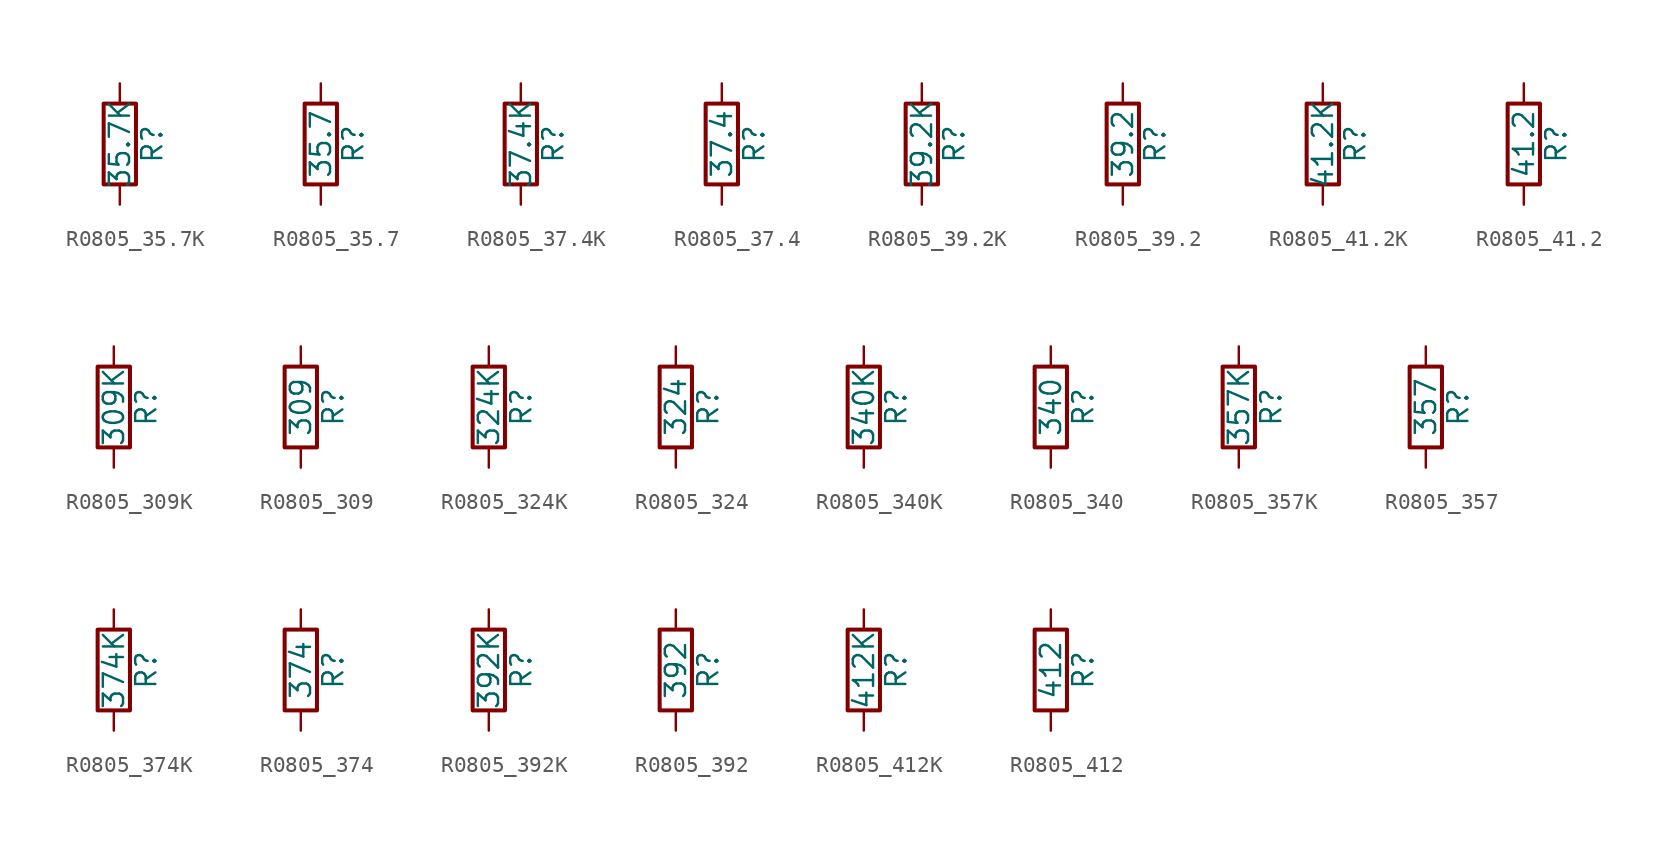
<source format=kicad_sym>
(kicad_symbol_lib
  (version 20211014)
  (generator atlantix-eda)
  (symbol "R0805_35.7K"
    (pin_numbers hide)
    (pin_names
      (offset 0))
    (property "Reference" "R"
      (at 2.032 0 90)
      (effects (font (size 1.27 1.27))))
    (property "Value" "35.7K"
      (at 0 0 90)
      (effects (font (size 1.27 1.27))))
    (symbol "R0805_35.7K_0_1"
      (rectangle (start -1.016 -2.54) (end 1.016 2.54) (stroke (width 0.254) (type default) (color 0 0 0 0)) (fill (type none))))
    (symbol "R0805_35.7K_1_1"
      (pin passive line (at 0 3.81 270) (length 1.27) (name "~" (effects (font (size 1.27 1.27)))) (number "1" (effects (font (size 1.27 1.27)))))
      (pin passive line (at 0 -3.81 90) (length 1.27) (name "~" (effects (font (size 1.27 1.27)))) (number "2" (effects (font (size 1.27 1.27)))))))
  (symbol "R0805_35.7"
    (pin_numbers hide)
    (pin_names
      (offset 0))
    (property "Reference" "R"
      (at 2.032 0 90)
      (effects (font (size 1.27 1.27))))
    (property "Value" "35.7"
      (at 0 0 90)
      (effects (font (size 1.27 1.27))))
    (symbol "R0805_35.7_0_1"
      (rectangle (start -1.016 -2.54) (end 1.016 2.54) (stroke (width 0.254) (type default) (color 0 0 0 0)) (fill (type none))))
    (symbol "R0805_35.7_1_1"
      (pin passive line (at 0 3.81 270) (length 1.27) (name "~" (effects (font (size 1.27 1.27)))) (number "1" (effects (font (size 1.27 1.27)))))
      (pin passive line (at 0 -3.81 90) (length 1.27) (name "~" (effects (font (size 1.27 1.27)))) (number "2" (effects (font (size 1.27 1.27)))))))
  (symbol "R0805_37.4K"
    (pin_numbers hide)
    (pin_names
      (offset 0))
    (property "Reference" "R"
      (at 2.032 0 90)
      (effects (font (size 1.27 1.27))))
    (property "Value" "37.4K"
      (at 0 0 90)
      (effects (font (size 1.27 1.27))))
    (symbol "R0805_37.4K_0_1"
      (rectangle (start -1.016 -2.54) (end 1.016 2.54) (stroke (width 0.254) (type default) (color 0 0 0 0)) (fill (type none))))
    (symbol "R0805_37.4K_1_1"
      (pin passive line (at 0 3.81 270) (length 1.27) (name "~" (effects (font (size 1.27 1.27)))) (number "1" (effects (font (size 1.27 1.27)))))
      (pin passive line (at 0 -3.81 90) (length 1.27) (name "~" (effects (font (size 1.27 1.27)))) (number "2" (effects (font (size 1.27 1.27)))))))
  (symbol "R0805_37.4"
    (pin_numbers hide)
    (pin_names
      (offset 0))
    (property "Reference" "R"
      (at 2.032 0 90)
      (effects (font (size 1.27 1.27))))
    (property "Value" "37.4"
      (at 0 0 90)
      (effects (font (size 1.27 1.27))))
    (symbol "R0805_37.4_0_1"
      (rectangle (start -1.016 -2.54) (end 1.016 2.54) (stroke (width 0.254) (type default) (color 0 0 0 0)) (fill (type none))))
    (symbol "R0805_37.4_1_1"
      (pin passive line (at 0 3.81 270) (length 1.27) (name "~" (effects (font (size 1.27 1.27)))) (number "1" (effects (font (size 1.27 1.27)))))
      (pin passive line (at 0 -3.81 90) (length 1.27) (name "~" (effects (font (size 1.27 1.27)))) (number "2" (effects (font (size 1.27 1.27)))))))
  (symbol "R0805_39.2K"
    (pin_numbers hide)
    (pin_names
      (offset 0))
    (property "Reference" "R"
      (at 2.032 0 90)
      (effects (font (size 1.27 1.27))))
    (property "Value" "39.2K"
      (at 0 0 90)
      (effects (font (size 1.27 1.27))))
    (symbol "R0805_39.2K_0_1"
      (rectangle (start -1.016 -2.54) (end 1.016 2.54) (stroke (width 0.254) (type default) (color 0 0 0 0)) (fill (type none))))
    (symbol "R0805_39.2K_1_1"
      (pin passive line (at 0 3.81 270) (length 1.27) (name "~" (effects (font (size 1.27 1.27)))) (number "1" (effects (font (size 1.27 1.27)))))
      (pin passive line (at 0 -3.81 90) (length 1.27) (name "~" (effects (font (size 1.27 1.27)))) (number "2" (effects (font (size 1.27 1.27)))))))
  (symbol "R0805_39.2"
    (pin_numbers hide)
    (pin_names
      (offset 0))
    (property "Reference" "R"
      (at 2.032 0 90)
      (effects (font (size 1.27 1.27))))
    (property "Value" "39.2"
      (at 0 0 90)
      (effects (font (size 1.27 1.27))))
    (symbol "R0805_39.2_0_1"
      (rectangle (start -1.016 -2.54) (end 1.016 2.54) (stroke (width 0.254) (type default) (color 0 0 0 0)) (fill (type none))))
    (symbol "R0805_39.2_1_1"
      (pin passive line (at 0 3.81 270) (length 1.27) (name "~" (effects (font (size 1.27 1.27)))) (number "1" (effects (font (size 1.27 1.27)))))
      (pin passive line (at 0 -3.81 90) (length 1.27) (name "~" (effects (font (size 1.27 1.27)))) (number "2" (effects (font (size 1.27 1.27)))))))
  (symbol "R0805_41.2K"
    (pin_numbers hide)
    (pin_names
      (offset 0))
    (property "Reference" "R"
      (at 2.032 0 90)
      (effects (font (size 1.27 1.27))))
    (property "Value" "41.2K"
      (at 0 0 90)
      (effects (font (size 1.27 1.27))))
    (symbol "R0805_41.2K_0_1"
      (rectangle (start -1.016 -2.54) (end 1.016 2.54) (stroke (width 0.254) (type default) (color 0 0 0 0)) (fill (type none))))
    (symbol "R0805_41.2K_1_1"
      (pin passive line (at 0 3.81 270) (length 1.27) (name "~" (effects (font (size 1.27 1.27)))) (number "1" (effects (font (size 1.27 1.27)))))
      (pin passive line (at 0 -3.81 90) (length 1.27) (name "~" (effects (font (size 1.27 1.27)))) (number "2" (effects (font (size 1.27 1.27)))))))
  (symbol "R0805_41.2"
    (pin_numbers hide)
    (pin_names
      (offset 0))
    (property "Reference" "R"
      (at 2.032 0 90)
      (effects (font (size 1.27 1.27))))
    (property "Value" "41.2"
      (at 0 0 90)
      (effects (font (size 1.27 1.27))))
    (symbol "R0805_41.2_0_1"
      (rectangle (start -1.016 -2.54) (end 1.016 2.54) (stroke (width 0.254) (type default) (color 0 0 0 0)) (fill (type none))))
    (symbol "R0805_41.2_1_1"
      (pin passive line (at 0 3.81 270) (length 1.27) (name "~" (effects (font (size 1.27 1.27)))) (number "1" (effects (font (size 1.27 1.27)))))
      (pin passive line (at 0 -3.81 90) (length 1.27) (name "~" (effects (font (size 1.27 1.27)))) (number "2" (effects (font (size 1.27 1.27)))))))
  (symbol "R0805_309K"
    (pin_numbers hide)
    (pin_names
      (offset 0))
    (property "Reference" "R"
      (at 2.032 0 90)
      (effects (font (size 1.27 1.27))))
    (property "Value" "309K"
      (at 0 0 90)
      (effects (font (size 1.27 1.27))))
    (symbol "R0805_309K_0_1"
      (rectangle (start -1.016 -2.54) (end 1.016 2.54) (stroke (width 0.254) (type default) (color 0 0 0 0)) (fill (type none))))
    (symbol "R0805_309K_1_1"
      (pin passive line (at 0 3.81 270) (length 1.27) (name "~" (effects (font (size 1.27 1.27)))) (number "1" (effects (font (size 1.27 1.27)))))
      (pin passive line (at 0 -3.81 90) (length 1.27) (name "~" (effects (font (size 1.27 1.27)))) (number "2" (effects (font (size 1.27 1.27)))))))
  (symbol "R0805_309"
    (pin_numbers hide)
    (pin_names
      (offset 0))
    (property "Reference" "R"
      (at 2.032 0 90)
      (effects (font (size 1.27 1.27))))
    (property "Value" "309"
      (at 0 0 90)
      (effects (font (size 1.27 1.27))))
    (symbol "R0805_309_0_1"
      (rectangle (start -1.016 -2.54) (end 1.016 2.54) (stroke (width 0.254) (type default) (color 0 0 0 0)) (fill (type none))))
    (symbol "R0805_309_1_1"
      (pin passive line (at 0 3.81 270) (length 1.27) (name "~" (effects (font (size 1.27 1.27)))) (number "1" (effects (font (size 1.27 1.27)))))
      (pin passive line (at 0 -3.81 90) (length 1.27) (name "~" (effects (font (size 1.27 1.27)))) (number "2" (effects (font (size 1.27 1.27)))))))
  (symbol "R0805_324K"
    (pin_numbers hide)
    (pin_names
      (offset 0))
    (property "Reference" "R"
      (at 2.032 0 90)
      (effects (font (size 1.27 1.27))))
    (property "Value" "324K"
      (at 0 0 90)
      (effects (font (size 1.27 1.27))))
    (symbol "R0805_324K_0_1"
      (rectangle (start -1.016 -2.54) (end 1.016 2.54) (stroke (width 0.254) (type default) (color 0 0 0 0)) (fill (type none))))
    (symbol "R0805_324K_1_1"
      (pin passive line (at 0 3.81 270) (length 1.27) (name "~" (effects (font (size 1.27 1.27)))) (number "1" (effects (font (size 1.27 1.27)))))
      (pin passive line (at 0 -3.81 90) (length 1.27) (name "~" (effects (font (size 1.27 1.27)))) (number "2" (effects (font (size 1.27 1.27)))))))
  (symbol "R0805_324"
    (pin_numbers hide)
    (pin_names
      (offset 0))
    (property "Reference" "R"
      (at 2.032 0 90)
      (effects (font (size 1.27 1.27))))
    (property "Value" "324"
      (at 0 0 90)
      (effects (font (size 1.27 1.27))))
    (symbol "R0805_324_0_1"
      (rectangle (start -1.016 -2.54) (end 1.016 2.54) (stroke (width 0.254) (type default) (color 0 0 0 0)) (fill (type none))))
    (symbol "R0805_324_1_1"
      (pin passive line (at 0 3.81 270) (length 1.27) (name "~" (effects (font (size 1.27 1.27)))) (number "1" (effects (font (size 1.27 1.27)))))
      (pin passive line (at 0 -3.81 90) (length 1.27) (name "~" (effects (font (size 1.27 1.27)))) (number "2" (effects (font (size 1.27 1.27)))))))
  (symbol "R0805_340K"
    (pin_numbers hide)
    (pin_names
      (offset 0))
    (property "Reference" "R"
      (at 2.032 0 90)
      (effects (font (size 1.27 1.27))))
    (property "Value" "340K"
      (at 0 0 90)
      (effects (font (size 1.27 1.27))))
    (symbol "R0805_340K_0_1"
      (rectangle (start -1.016 -2.54) (end 1.016 2.54) (stroke (width 0.254) (type default) (color 0 0 0 0)) (fill (type none))))
    (symbol "R0805_340K_1_1"
      (pin passive line (at 0 3.81 270) (length 1.27) (name "~" (effects (font (size 1.27 1.27)))) (number "1" (effects (font (size 1.27 1.27)))))
      (pin passive line (at 0 -3.81 90) (length 1.27) (name "~" (effects (font (size 1.27 1.27)))) (number "2" (effects (font (size 1.27 1.27)))))))
  (symbol "R0805_340"
    (pin_numbers hide)
    (pin_names
      (offset 0))
    (property "Reference" "R"
      (at 2.032 0 90)
      (effects (font (size 1.27 1.27))))
    (property "Value" "340"
      (at 0 0 90)
      (effects (font (size 1.27 1.27))))
    (symbol "R0805_340_0_1"
      (rectangle (start -1.016 -2.54) (end 1.016 2.54) (stroke (width 0.254) (type default) (color 0 0 0 0)) (fill (type none))))
    (symbol "R0805_340_1_1"
      (pin passive line (at 0 3.81 270) (length 1.27) (name "~" (effects (font (size 1.27 1.27)))) (number "1" (effects (font (size 1.27 1.27)))))
      (pin passive line (at 0 -3.81 90) (length 1.27) (name "~" (effects (font (size 1.27 1.27)))) (number "2" (effects (font (size 1.27 1.27)))))))
  (symbol "R0805_357K"
    (pin_numbers hide)
    (pin_names
      (offset 0))
    (property "Reference" "R"
      (at 2.032 0 90)
      (effects (font (size 1.27 1.27))))
    (property "Value" "357K"
      (at 0 0 90)
      (effects (font (size 1.27 1.27))))
    (symbol "R0805_357K_0_1"
      (rectangle (start -1.016 -2.54) (end 1.016 2.54) (stroke (width 0.254) (type default) (color 0 0 0 0)) (fill (type none))))
    (symbol "R0805_357K_1_1"
      (pin passive line (at 0 3.81 270) (length 1.27) (name "~" (effects (font (size 1.27 1.27)))) (number "1" (effects (font (size 1.27 1.27)))))
      (pin passive line (at 0 -3.81 90) (length 1.27) (name "~" (effects (font (size 1.27 1.27)))) (number "2" (effects (font (size 1.27 1.27)))))))
  (symbol "R0805_357"
    (pin_numbers hide)
    (pin_names
      (offset 0))
    (property "Reference" "R"
      (at 2.032 0 90)
      (effects (font (size 1.27 1.27))))
    (property "Value" "357"
      (at 0 0 90)
      (effects (font (size 1.27 1.27))))
    (symbol "R0805_357_0_1"
      (rectangle (start -1.016 -2.54) (end 1.016 2.54) (stroke (width 0.254) (type default) (color 0 0 0 0)) (fill (type none))))
    (symbol "R0805_357_1_1"
      (pin passive line (at 0 3.81 270) (length 1.27) (name "~" (effects (font (size 1.27 1.27)))) (number "1" (effects (font (size 1.27 1.27)))))
      (pin passive line (at 0 -3.81 90) (length 1.27) (name "~" (effects (font (size 1.27 1.27)))) (number "2" (effects (font (size 1.27 1.27)))))))
  (symbol "R0805_374K"
    (pin_numbers hide)
    (pin_names
      (offset 0))
    (property "Reference" "R"
      (at 2.032 0 90)
      (effects (font (size 1.27 1.27))))
    (property "Value" "374K"
      (at 0 0 90)
      (effects (font (size 1.27 1.27))))
    (symbol "R0805_374K_0_1"
      (rectangle (start -1.016 -2.54) (end 1.016 2.54) (stroke (width 0.254) (type default) (color 0 0 0 0)) (fill (type none))))
    (symbol "R0805_374K_1_1"
      (pin passive line (at 0 3.81 270) (length 1.27) (name "~" (effects (font (size 1.27 1.27)))) (number "1" (effects (font (size 1.27 1.27)))))
      (pin passive line (at 0 -3.81 90) (length 1.27) (name "~" (effects (font (size 1.27 1.27)))) (number "2" (effects (font (size 1.27 1.27)))))))
  (symbol "R0805_374"
    (pin_numbers hide)
    (pin_names
      (offset 0))
    (property "Reference" "R"
      (at 2.032 0 90)
      (effects (font (size 1.27 1.27))))
    (property "Value" "374"
      (at 0 0 90)
      (effects (font (size 1.27 1.27))))
    (symbol "R0805_374_0_1"
      (rectangle (start -1.016 -2.54) (end 1.016 2.54) (stroke (width 0.254) (type default) (color 0 0 0 0)) (fill (type none))))
    (symbol "R0805_374_1_1"
      (pin passive line (at 0 3.81 270) (length 1.27) (name "~" (effects (font (size 1.27 1.27)))) (number "1" (effects (font (size 1.27 1.27)))))
      (pin passive line (at 0 -3.81 90) (length 1.27) (name "~" (effects (font (size 1.27 1.27)))) (number "2" (effects (font (size 1.27 1.27)))))))
  (symbol "R0805_392K"
    (pin_numbers hide)
    (pin_names
      (offset 0))
    (property "Reference" "R"
      (at 2.032 0 90)
      (effects (font (size 1.27 1.27))))
    (property "Value" "392K"
      (at 0 0 90)
      (effects (font (size 1.27 1.27))))
    (symbol "R0805_392K_0_1"
      (rectangle (start -1.016 -2.54) (end 1.016 2.54) (stroke (width 0.254) (type default) (color 0 0 0 0)) (fill (type none))))
    (symbol "R0805_392K_1_1"
      (pin passive line (at 0 3.81 270) (length 1.27) (name "~" (effects (font (size 1.27 1.27)))) (number "1" (effects (font (size 1.27 1.27)))))
      (pin passive line (at 0 -3.81 90) (length 1.27) (name "~" (effects (font (size 1.27 1.27)))) (number "2" (effects (font (size 1.27 1.27)))))))
  (symbol "R0805_392"
    (pin_numbers hide)
    (pin_names
      (offset 0))
    (property "Reference" "R"
      (at 2.032 0 90)
      (effects (font (size 1.27 1.27))))
    (property "Value" "392"
      (at 0 0 90)
      (effects (font (size 1.27 1.27))))
    (symbol "R0805_392_0_1"
      (rectangle (start -1.016 -2.54) (end 1.016 2.54) (stroke (width 0.254) (type default) (color 0 0 0 0)) (fill (type none))))
    (symbol "R0805_392_1_1"
      (pin passive line (at 0 3.81 270) (length 1.27) (name "~" (effects (font (size 1.27 1.27)))) (number "1" (effects (font (size 1.27 1.27)))))
      (pin passive line (at 0 -3.81 90) (length 1.27) (name "~" (effects (font (size 1.27 1.27)))) (number "2" (effects (font (size 1.27 1.27)))))))
  (symbol "R0805_412K"
    (pin_numbers hide)
    (pin_names
      (offset 0))
    (property "Reference" "R"
      (at 2.032 0 90)
      (effects (font (size 1.27 1.27))))
    (property "Value" "412K"
      (at 0 0 90)
      (effects (font (size 1.27 1.27))))
    (symbol "R0805_412K_0_1"
      (rectangle (start -1.016 -2.54) (end 1.016 2.54) (stroke (width 0.254) (type default) (color 0 0 0 0)) (fill (type none))))
    (symbol "R0805_412K_1_1"
      (pin passive line (at 0 3.81 270) (length 1.27) (name "~" (effects (font (size 1.27 1.27)))) (number "1" (effects (font (size 1.27 1.27)))))
      (pin passive line (at 0 -3.81 90) (length 1.27) (name "~" (effects (font (size 1.27 1.27)))) (number "2" (effects (font (size 1.27 1.27)))))))
  (symbol "R0805_412"
    (pin_numbers hide)
    (pin_names
      (offset 0))
    (property "Reference" "R"
      (at 2.032 0 90)
      (effects (font (size 1.27 1.27))))
    (property "Value" "412"
      (at 0 0 90)
      (effects (font (size 1.27 1.27))))
    (symbol "R0805_412_0_1"
      (rectangle (start -1.016 -2.54) (end 1.016 2.54) (stroke (width 0.254) (type default) (color 0 0 0 0)) (fill (type none))))
    (symbol "R0805_412_1_1"
      (pin passive line (at 0 3.81 270) (length 1.27) (name "~" (effects (font (size 1.27 1.27)))) (number "1" (effects (font (size 1.27 1.27)))))
      (pin passive line (at 0 -3.81 90) (length 1.27) (name "~" (effects (font (size 1.27 1.27)))) (number "2" (effects (font (size 1.27 1.27))))))))
</source>
